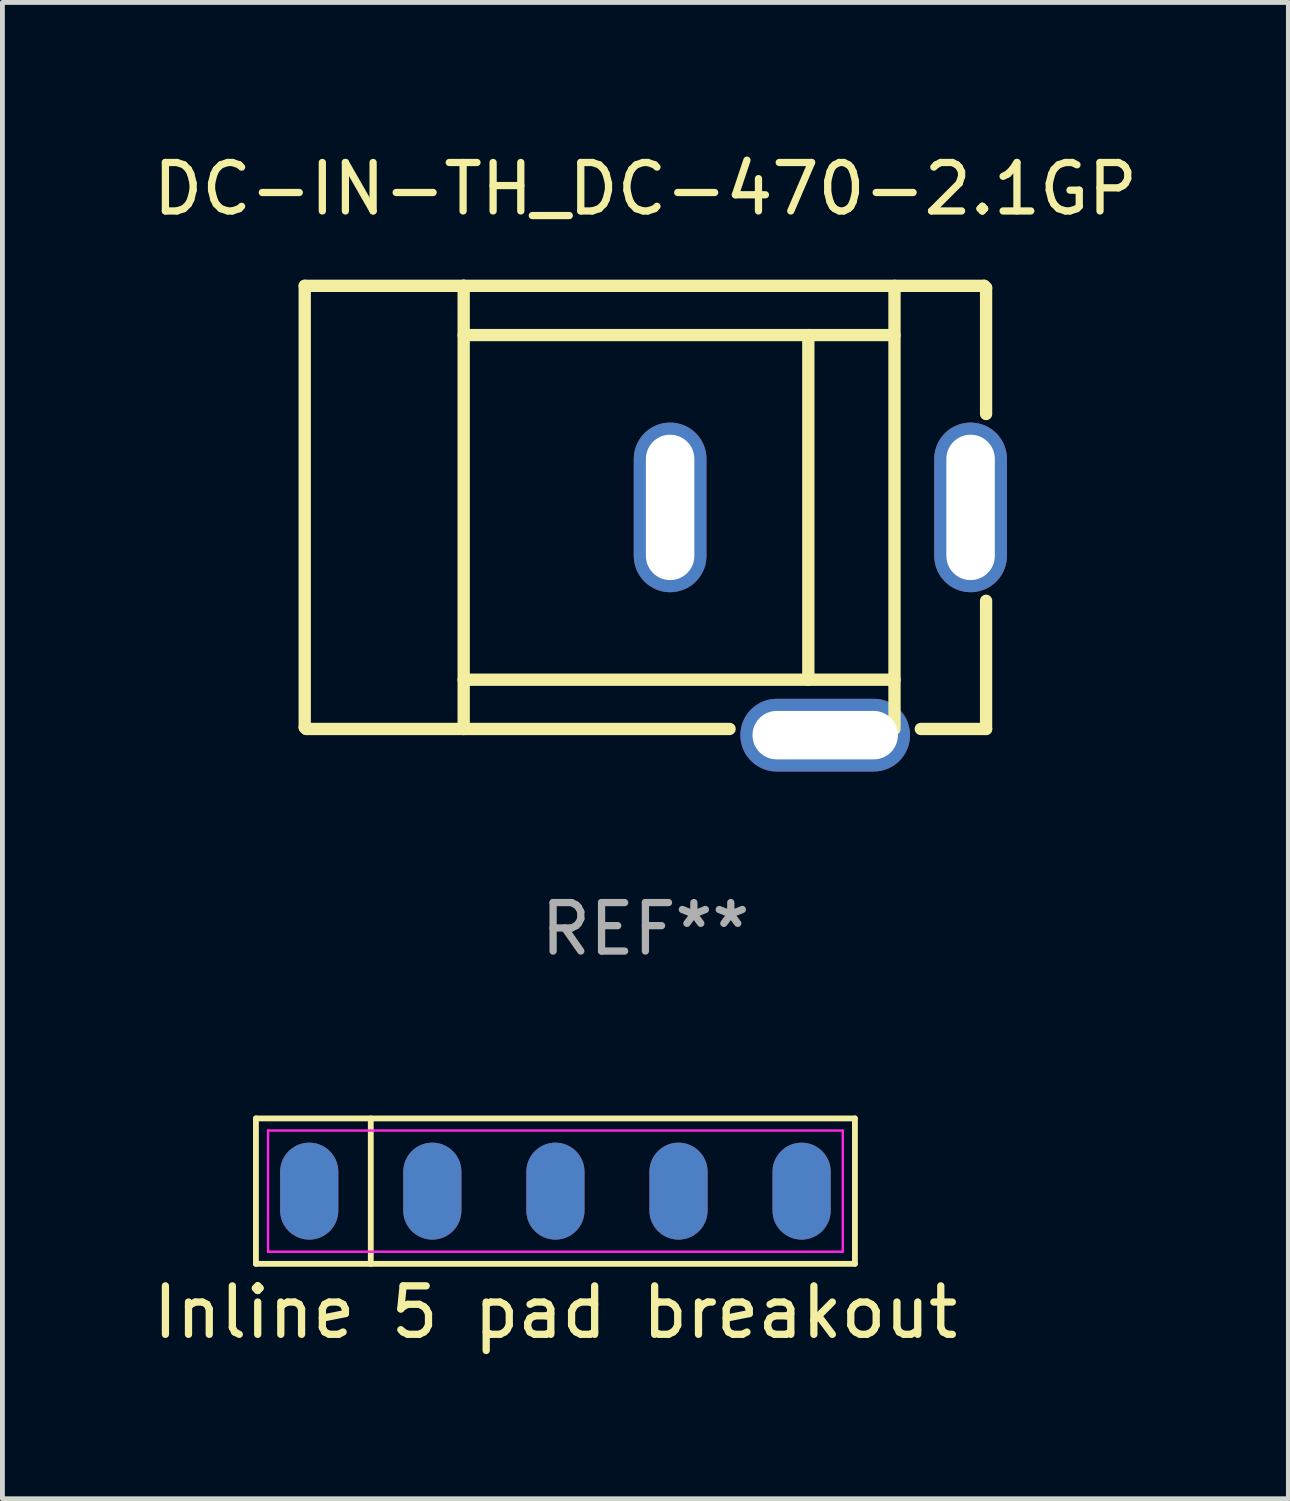
<source format=kicad_pcb>
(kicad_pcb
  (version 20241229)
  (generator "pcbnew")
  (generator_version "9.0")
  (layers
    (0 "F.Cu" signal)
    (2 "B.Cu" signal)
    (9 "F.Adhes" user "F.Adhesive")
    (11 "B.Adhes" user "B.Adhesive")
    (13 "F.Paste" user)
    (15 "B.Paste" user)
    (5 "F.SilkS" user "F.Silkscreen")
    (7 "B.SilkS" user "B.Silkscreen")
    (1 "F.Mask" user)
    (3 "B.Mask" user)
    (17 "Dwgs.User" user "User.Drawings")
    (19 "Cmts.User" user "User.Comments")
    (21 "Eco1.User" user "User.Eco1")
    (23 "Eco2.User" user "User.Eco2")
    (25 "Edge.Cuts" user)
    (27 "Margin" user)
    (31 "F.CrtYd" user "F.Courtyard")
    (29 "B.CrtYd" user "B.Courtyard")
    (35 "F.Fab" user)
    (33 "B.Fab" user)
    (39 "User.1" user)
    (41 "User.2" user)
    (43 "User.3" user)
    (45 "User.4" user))
  (footprint "Inline 5 pad breakout"
    (layer "F.Cu")
    (at 8.411 21.529)
    (property "Reference" "Inline 5 pad breakout" (at 0 2.5 0) (layer "F.SilkS") (effects (font (size 1 1) (thickness 0.15))))
    (attr through_hole)
    (fp_line (start -6.18 -1.5) (end 6.18 -1.5) (stroke (width 0.12) (type default)) (layer "F.SilkS"))
    (fp_line (start -6.18 1.5) (end -6.18 -1.5) (stroke (width 0.12) (type default)) (layer "F.SilkS"))
    (fp_line (start -3.81 -1.5) (end -3.81 1.5) (stroke (width 0.12) (type default)) (layer "F.SilkS"))
    (fp_line (start 6.18 -1.5) (end 6.18 1.5) (stroke (width 0.12) (type default)) (layer "F.SilkS"))
    (fp_line (start 6.18 1.5) (end -6.18 1.5) (stroke (width 0.12) (type default)) (layer "F.SilkS"))
    (fp_line (start -5.93 -1.25) (end 5.93 -1.25) (stroke (width 0.05) (type default)) (layer "F.CrtYd"))
    (fp_line (start -5.93 1.25) (end -5.93 -1.25) (stroke (width 0.05) (type default)) (layer "F.CrtYd"))
    (fp_line (start 5.93 -1.25) (end 5.93 1.25) (stroke (width 0.05) (type default)) (layer "F.CrtYd"))
    (fp_line (start 5.93 1.25) (end -5.93 1.25) (stroke (width 0.05) (type default)) (layer "F.CrtYd"))
    (pad "1" thru_hole oval (at -5.08 0) (size 1.2 2) (drill 0.000001) (layers "*.Cu" "*.Mask"))
    (pad "2" thru_hole oval (at -2.54 0) (size 1.2 2) (drill 0.000001) (layers "*.Cu" "*.Mask"))
    (pad "3" thru_hole oval (at 0 0) (size 1.2 2) (drill 0.000001) (layers "*.Cu" "*.Mask"))
    (pad "4" thru_hole oval (at 2.54 0) (size 1.2 2) (drill 0.000001) (layers "*.Cu" "*.Mask"))
    (pad "5" thru_hole oval (at 5.08 0) (size 1.2 2) (drill 0.000001) (layers "*.Cu" "*.Mask")))
  (footprint "DC-IN-TH_DC-470-2.1GP"
    (layer "F.Cu")
    (at 13.878 9.77)
    (property "Reference" "DC-IN-TH_DC-470-2.1GP" (at -3.61 -8.922 0) (layer "F.SilkS") (effects (font (size 1 1) (thickness 0.15))))
    (attr through_hole)
    (fp_line (start -10.64 -6.922) (end -10.64 2.19) (stroke (width 0.254) (type solid)) (layer "F.SilkS"))
    (fp_line (start -10.64 2.19) (end -10.608 2.222) (stroke (width 0.254) (type solid)) (layer "F.SilkS"))
    (fp_line (start -10.608 2.222) (end -7.36 2.222) (stroke (width 0.254) (type solid)) (layer "F.SilkS"))
    (fp_line (start -7.36 -5.906) (end 1.53 -5.906) (stroke (width 0.254) (type solid)) (layer "F.SilkS"))
    (fp_line (start -7.36 1.206) (end 1.53 1.206) (stroke (width 0.254) (type solid)) (layer "F.SilkS"))
    (fp_line (start -7.36 -6.922) (end -10.64 -6.922) (stroke (width 0.254) (type solid)) (layer "F.SilkS"))
    (fp_line (start -7.36 -6.922) (end -7.36 2.222) (stroke (width 0.254) (type solid)) (layer "F.SilkS"))
    (fp_line (start -7.36 -6.922) (end 3.38 -6.922) (stroke (width 0.254) (type solid)) (layer "F.SilkS"))
    (fp_line (start -7.36 2.222) (end -1.873 2.222) (stroke (width 0.254) (type solid)) (layer "F.SilkS"))
    (fp_line (start -0.248 -5.906) (end -0.248 1.206) (stroke (width 0.254) (type solid)) (layer "F.SilkS"))
    (fp_line (start 1.53 -6.922) (end 1.53 2.222) (stroke (width 0.254) (type solid)) (layer "F.SilkS"))
    (fp_line (start 2.073 2.222) (end 3.42 2.222) (stroke (width 0.254) (type solid)) (layer "F.SilkS"))
    (fp_line (start 3.38 -6.922) (end 3.42 -6.882) (stroke (width 0.254) (type solid)) (layer "F.SilkS"))
    (fp_line (start 3.42 -6.882) (end 3.42 -4.277) (stroke (width 0.254) (type solid)) (layer "F.SilkS"))
    (fp_line (start 3.42 2.222) (end 3.42 -0.423) (stroke (width 0.254) (type solid)) (layer "F.SilkS"))
    (fp_circle (center 3.4 -6.8) (end 3.43 -6.8) (stroke (width 0.06) (type solid)) (fill no) (layer "F.SilkS"))
    (fp_text user "REF**" (at -3.61 6.35 0) (layer "F.Fab") (effects (font (size 1 1) (thickness 0.15))))
    (pad "1" thru_hole oval (at 3.1 -2.35) (size 1.5 3.5) (drill oval 1 3) (layers "*.Cu" "*.Mask"))
    (pad "2" thru_hole oval (at -3.1 -2.35) (size 1.5 3.5) (drill oval 1 3) (layers "*.Cu" "*.Mask"))
    (pad "3" thru_hole oval (at 0.1 2.35) (size 3.5 1.5) (drill oval 3 1) (layers "*.Cu" "*.Mask")))
  (gr_rect
    (start -3 -3)
    (end 23.536 27.877)
    (stroke (width 0.1) (type default))
    (fill no)
    (layer "Edge.Cuts")))
</source>
